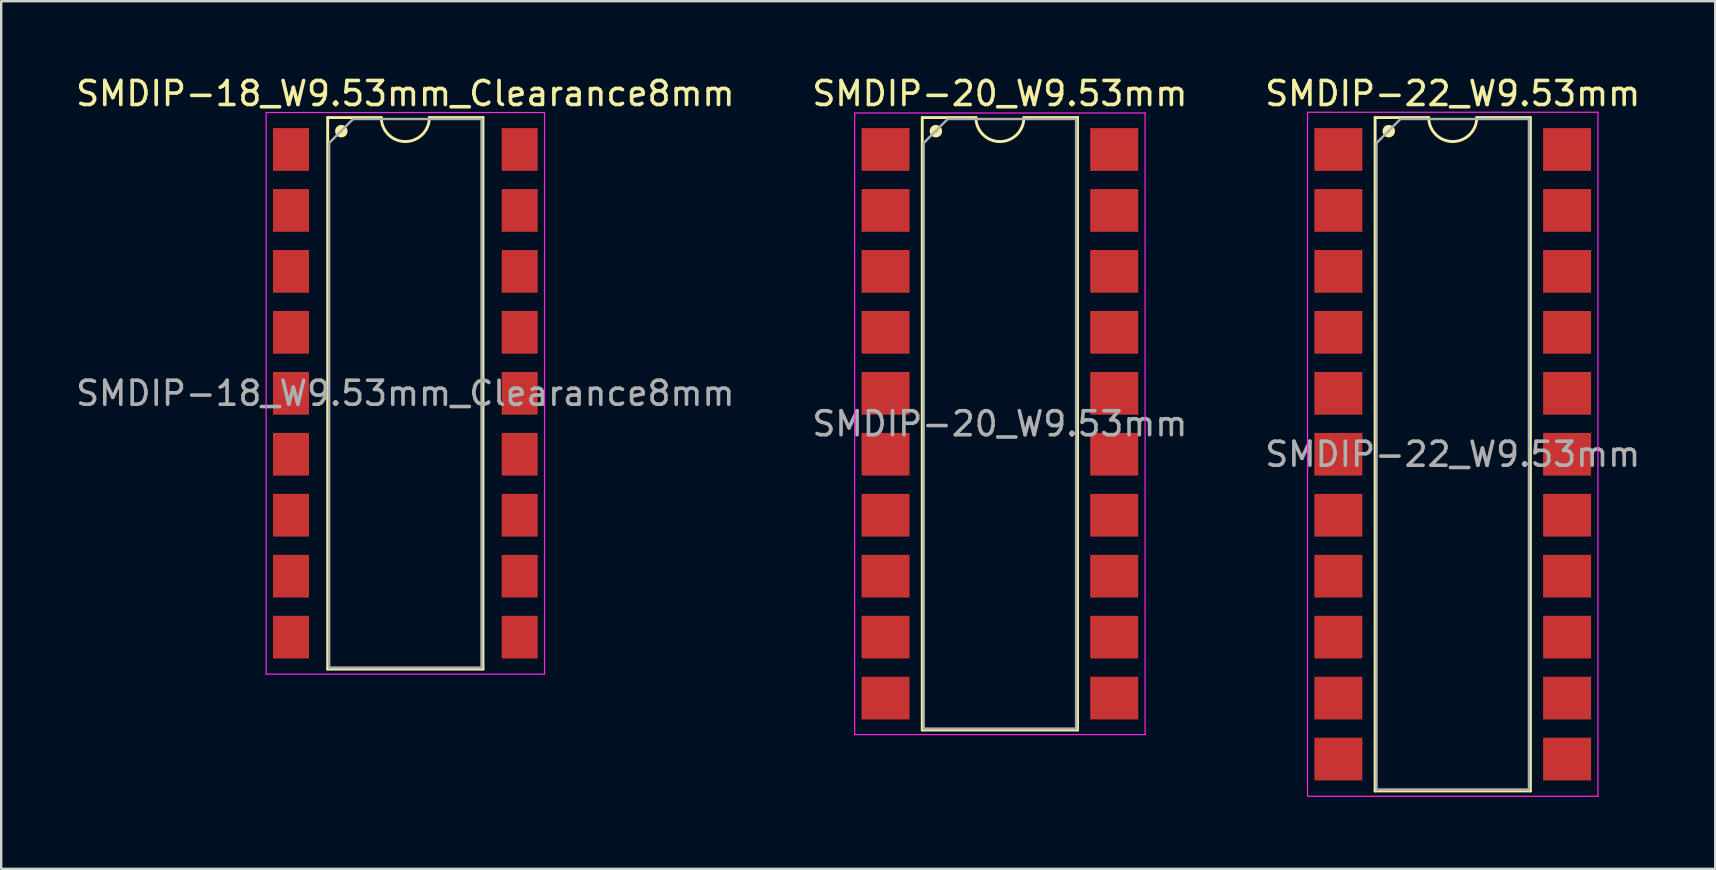
<source format=kicad_pcb>
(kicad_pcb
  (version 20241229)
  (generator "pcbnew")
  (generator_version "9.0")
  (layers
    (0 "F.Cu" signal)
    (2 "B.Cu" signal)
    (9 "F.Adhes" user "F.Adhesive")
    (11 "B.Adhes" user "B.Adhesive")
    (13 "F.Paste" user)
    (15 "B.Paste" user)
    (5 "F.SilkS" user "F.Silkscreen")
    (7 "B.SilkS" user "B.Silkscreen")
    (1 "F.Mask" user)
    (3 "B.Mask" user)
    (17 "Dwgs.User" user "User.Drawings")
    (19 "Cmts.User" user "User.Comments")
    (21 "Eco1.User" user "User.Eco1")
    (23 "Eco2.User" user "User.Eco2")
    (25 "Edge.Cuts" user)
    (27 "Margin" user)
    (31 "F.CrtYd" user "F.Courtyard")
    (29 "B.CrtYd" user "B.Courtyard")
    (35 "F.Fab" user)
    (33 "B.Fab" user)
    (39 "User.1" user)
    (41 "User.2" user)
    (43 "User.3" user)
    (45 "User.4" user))
  (footprint "SMDIP-18_W9.53mm_Clearance8mm"
    (layer "F.Cu")
    (at 13.839 13.338)
    (property "Reference" "SMDIP-18_W9.53mm_Clearance8mm" (at 0 -12.49 0) (layer "F.SilkS") (effects (font (size 1 1) (thickness 0.15))))
    (attr smd)
    (fp_line (start -3.235 -11.49) (end -3.235 11.49) (stroke (width 0.12) (type solid)) (layer "F.SilkS"))
    (fp_line (start -3.235 11.49) (end 3.235 11.49) (stroke (width 0.12) (type solid)) (layer "F.SilkS"))
    (fp_line (start -1 -11.49) (end -3.235 -11.49) (stroke (width 0.12) (type solid)) (layer "F.SilkS"))
    (fp_line (start 3.235 -11.49) (end 1 -11.49) (stroke (width 0.12) (type solid)) (layer "F.SilkS"))
    (fp_line (start 3.235 11.49) (end 3.235 -11.49) (stroke (width 0.12) (type solid)) (layer "F.SilkS"))
    (fp_arc (start 1 -11.49) (mid 0 -10.49) (end -1 -11.49) (stroke (width 0.12) (type solid)) (layer "F.SilkS"))
    (fp_circle (center -2.667 -10.922) (end -2.617 -10.922) (stroke (width 0.12) (type solid)) (fill no) (layer "F.SilkS"))
    (fp_circle (center -2.667 -10.922) (end -2.542 -10.922) (stroke (width 0.12) (type solid)) (fill no) (layer "F.SilkS"))
    (fp_circle (center -2.667 -10.922) (end -2.467 -10.922) (stroke (width 0.12) (type solid)) (fill no) (layer "F.SilkS"))
    (fp_line (start -5.8 -11.7) (end -5.8 11.7) (stroke (width 0.05) (type solid)) (layer "F.CrtYd"))
    (fp_line (start -5.8 11.7) (end 5.8 11.7) (stroke (width 0.05) (type solid)) (layer "F.CrtYd"))
    (fp_line (start 5.8 -11.7) (end -5.8 -11.7) (stroke (width 0.05) (type solid)) (layer "F.CrtYd"))
    (fp_line (start 5.8 11.7) (end 5.8 -11.7) (stroke (width 0.05) (type solid)) (layer "F.CrtYd"))
    (fp_line (start -3.175 -10.43) (end -2.175 -11.43) (stroke (width 0.1) (type solid)) (layer "F.Fab"))
    (fp_line (start -3.175 11.43) (end -3.175 -10.43) (stroke (width 0.1) (type solid)) (layer "F.Fab"))
    (fp_line (start -2.175 -11.43) (end 3.175 -11.43) (stroke (width 0.1) (type solid)) (layer "F.Fab"))
    (fp_line (start 3.175 -11.43) (end 3.175 11.43) (stroke (width 0.1) (type solid)) (layer "F.Fab"))
    (fp_line (start 3.175 11.43) (end -3.175 11.43) (stroke (width 0.1) (type solid)) (layer "F.Fab"))
    (fp_text user "${REFERENCE}" (at 0 0 0) (layer "F.Fab") (effects (font (size 1 1) (thickness 0.15))))
    (pad "1" smd rect (at -4.765 -10.16) (size 1.5 1.78) (layers "F.Cu" "F.Mask" "F.Paste"))
    (pad "2" smd rect (at -4.765 -7.62) (size 1.5 1.78) (layers "F.Cu" "F.Mask" "F.Paste"))
    (pad "3" smd rect (at -4.765 -5.08) (size 1.5 1.78) (layers "F.Cu" "F.Mask" "F.Paste"))
    (pad "4" smd rect (at -4.765 -2.54) (size 1.5 1.78) (layers "F.Cu" "F.Mask" "F.Paste"))
    (pad "5" smd rect (at -4.765 0) (size 1.5 1.78) (layers "F.Cu" "F.Mask" "F.Paste"))
    (pad "6" smd rect (at -4.765 2.54) (size 1.5 1.78) (layers "F.Cu" "F.Mask" "F.Paste"))
    (pad "7" smd rect (at -4.765 5.08) (size 1.5 1.78) (layers "F.Cu" "F.Mask" "F.Paste"))
    (pad "8" smd rect (at -4.765 7.62) (size 1.5 1.78) (layers "F.Cu" "F.Mask" "F.Paste"))
    (pad "9" smd rect (at -4.765 10.16) (size 1.5 1.78) (layers "F.Cu" "F.Mask" "F.Paste"))
    (pad "10" smd rect (at 4.765 10.16) (size 1.5 1.78) (layers "F.Cu" "F.Mask" "F.Paste"))
    (pad "11" smd rect (at 4.765 7.62) (size 1.5 1.78) (layers "F.Cu" "F.Mask" "F.Paste"))
    (pad "12" smd rect (at 4.765 5.08) (size 1.5 1.78) (layers "F.Cu" "F.Mask" "F.Paste"))
    (pad "13" smd rect (at 4.765 2.54) (size 1.5 1.78) (layers "F.Cu" "F.Mask" "F.Paste"))
    (pad "14" smd rect (at 4.765 0) (size 1.5 1.78) (layers "F.Cu" "F.Mask" "F.Paste"))
    (pad "15" smd rect (at 4.765 -2.54) (size 1.5 1.78) (layers "F.Cu" "F.Mask" "F.Paste"))
    (pad "16" smd rect (at 4.765 -5.08) (size 1.5 1.78) (layers "F.Cu" "F.Mask" "F.Paste"))
    (pad "17" smd rect (at 4.765 -7.62) (size 1.5 1.78) (layers "F.Cu" "F.Mask" "F.Paste"))
    (pad "18" smd rect (at 4.765 -10.16) (size 1.5 1.78) (layers "F.Cu" "F.Mask" "F.Paste")))
  (footprint "SMDIP-20_W9.53mm"
    (layer "F.Cu")
    (at 38.613 14.608)
    (property "Reference" "SMDIP-20_W9.53mm" (at 0 -13.76 0) (layer "F.SilkS") (effects (font (size 1 1) (thickness 0.15))))
    (attr smd)
    (fp_line (start -3.235 -12.76) (end -3.235 12.76) (stroke (width 0.12) (type solid)) (layer "F.SilkS"))
    (fp_line (start -3.235 12.76) (end 3.235 12.76) (stroke (width 0.12) (type solid)) (layer "F.SilkS"))
    (fp_line (start -1 -12.76) (end -3.235 -12.76) (stroke (width 0.12) (type solid)) (layer "F.SilkS"))
    (fp_line (start 3.235 -12.76) (end 1 -12.76) (stroke (width 0.12) (type solid)) (layer "F.SilkS"))
    (fp_line (start 3.235 12.76) (end 3.235 -12.76) (stroke (width 0.12) (type solid)) (layer "F.SilkS"))
    (fp_arc (start 1 -12.76) (mid 0 -11.76) (end -1 -12.76) (stroke (width 0.12) (type solid)) (layer "F.SilkS"))
    (fp_circle (center -2.667 -12.192) (end -2.617 -12.192) (stroke (width 0.12) (type solid)) (fill no) (layer "F.SilkS"))
    (fp_circle (center -2.667 -12.192) (end -2.542 -12.192) (stroke (width 0.12) (type solid)) (fill no) (layer "F.SilkS"))
    (fp_circle (center -2.667 -12.192) (end -2.467 -12.192) (stroke (width 0.12) (type solid)) (fill no) (layer "F.SilkS"))
    (fp_line (start -6.05 -12.95) (end -6.05 12.95) (stroke (width 0.05) (type solid)) (layer "F.CrtYd"))
    (fp_line (start -6.05 12.95) (end 6.05 12.95) (stroke (width 0.05) (type solid)) (layer "F.CrtYd"))
    (fp_line (start 6.05 -12.95) (end -6.05 -12.95) (stroke (width 0.05) (type solid)) (layer "F.CrtYd"))
    (fp_line (start 6.05 12.95) (end 6.05 -12.95) (stroke (width 0.05) (type solid)) (layer "F.CrtYd"))
    (fp_line (start -3.175 -11.7) (end -2.175 -12.7) (stroke (width 0.1) (type solid)) (layer "F.Fab"))
    (fp_line (start -3.175 12.7) (end -3.175 -11.7) (stroke (width 0.1) (type solid)) (layer "F.Fab"))
    (fp_line (start -2.175 -12.7) (end 3.175 -12.7) (stroke (width 0.1) (type solid)) (layer "F.Fab"))
    (fp_line (start 3.175 -12.7) (end 3.175 12.7) (stroke (width 0.1) (type solid)) (layer "F.Fab"))
    (fp_line (start 3.175 12.7) (end -3.175 12.7) (stroke (width 0.1) (type solid)) (layer "F.Fab"))
    (fp_text user "${REFERENCE}" (at 0 0 0) (layer "F.Fab") (effects (font (size 1 1) (thickness 0.15))))
    (pad "1" smd rect (at -4.765 -11.43) (size 2 1.78) (layers "F.Cu" "F.Mask" "F.Paste"))
    (pad "2" smd rect (at -4.765 -8.89) (size 2 1.78) (layers "F.Cu" "F.Mask" "F.Paste"))
    (pad "3" smd rect (at -4.765 -6.35) (size 2 1.78) (layers "F.Cu" "F.Mask" "F.Paste"))
    (pad "4" smd rect (at -4.765 -3.81) (size 2 1.78) (layers "F.Cu" "F.Mask" "F.Paste"))
    (pad "5" smd rect (at -4.765 -1.27) (size 2 1.78) (layers "F.Cu" "F.Mask" "F.Paste"))
    (pad "6" smd rect (at -4.765 1.27) (size 2 1.78) (layers "F.Cu" "F.Mask" "F.Paste"))
    (pad "7" smd rect (at -4.765 3.81) (size 2 1.78) (layers "F.Cu" "F.Mask" "F.Paste"))
    (pad "8" smd rect (at -4.765 6.35) (size 2 1.78) (layers "F.Cu" "F.Mask" "F.Paste"))
    (pad "9" smd rect (at -4.765 8.89) (size 2 1.78) (layers "F.Cu" "F.Mask" "F.Paste"))
    (pad "10" smd rect (at -4.765 11.43) (size 2 1.78) (layers "F.Cu" "F.Mask" "F.Paste"))
    (pad "11" smd rect (at 4.765 11.43) (size 2 1.78) (layers "F.Cu" "F.Mask" "F.Paste"))
    (pad "12" smd rect (at 4.765 8.89) (size 2 1.78) (layers "F.Cu" "F.Mask" "F.Paste"))
    (pad "13" smd rect (at 4.765 6.35) (size 2 1.78) (layers "F.Cu" "F.Mask" "F.Paste"))
    (pad "14" smd rect (at 4.765 3.81) (size 2 1.78) (layers "F.Cu" "F.Mask" "F.Paste"))
    (pad "15" smd rect (at 4.765 1.27) (size 2 1.78) (layers "F.Cu" "F.Mask" "F.Paste"))
    (pad "16" smd rect (at 4.765 -1.27) (size 2 1.78) (layers "F.Cu" "F.Mask" "F.Paste"))
    (pad "17" smd rect (at 4.765 -3.81) (size 2 1.78) (layers "F.Cu" "F.Mask" "F.Paste"))
    (pad "18" smd rect (at 4.765 -6.35) (size 2 1.78) (layers "F.Cu" "F.Mask" "F.Paste"))
    (pad "19" smd rect (at 4.765 -8.89) (size 2 1.78) (layers "F.Cu" "F.Mask" "F.Paste"))
    (pad "20" smd rect (at 4.765 -11.43) (size 2 1.78) (layers "F.Cu" "F.Mask" "F.Paste")))
  (footprint "SMDIP-22_W9.53mm"
    (layer "F.Cu")
    (at 57.482 15.878)
    (property "Reference" "SMDIP-22_W9.53mm" (at 0 -15.03 0) (layer "F.SilkS") (effects (font (size 1 1) (thickness 0.15))))
    (attr smd)
    (fp_line (start -3.235 -14.03) (end -3.235 14.03) (stroke (width 0.12) (type solid)) (layer "F.SilkS"))
    (fp_line (start -3.235 14.03) (end 3.235 14.03) (stroke (width 0.12) (type solid)) (layer "F.SilkS"))
    (fp_line (start -1 -14.03) (end -3.235 -14.03) (stroke (width 0.12) (type solid)) (layer "F.SilkS"))
    (fp_line (start 3.235 -14.03) (end 1 -14.03) (stroke (width 0.12) (type solid)) (layer "F.SilkS"))
    (fp_line (start 3.235 14.03) (end 3.235 -14.03) (stroke (width 0.12) (type solid)) (layer "F.SilkS"))
    (fp_arc (start 1 -14.03) (mid 0 -13.03) (end -1 -14.03) (stroke (width 0.12) (type solid)) (layer "F.SilkS"))
    (fp_circle (center -2.667 -13.462) (end -2.617 -13.462) (stroke (width 0.12) (type solid)) (fill no) (layer "F.SilkS"))
    (fp_circle (center -2.667 -13.462) (end -2.542 -13.462) (stroke (width 0.12) (type solid)) (fill no) (layer "F.SilkS"))
    (fp_circle (center -2.667 -13.462) (end -2.467 -13.462) (stroke (width 0.12) (type solid)) (fill no) (layer "F.SilkS"))
    (fp_line (start -6.05 -14.25) (end -6.05 14.25) (stroke (width 0.05) (type solid)) (layer "F.CrtYd"))
    (fp_line (start -6.05 14.25) (end 6.05 14.25) (stroke (width 0.05) (type solid)) (layer "F.CrtYd"))
    (fp_line (start 6.05 -14.25) (end -6.05 -14.25) (stroke (width 0.05) (type solid)) (layer "F.CrtYd"))
    (fp_line (start 6.05 14.25) (end 6.05 -14.25) (stroke (width 0.05) (type solid)) (layer "F.CrtYd"))
    (fp_line (start -3.175 -12.97) (end -2.175 -13.97) (stroke (width 0.1) (type solid)) (layer "F.Fab"))
    (fp_line (start -3.175 13.97) (end -3.175 -12.97) (stroke (width 0.1) (type solid)) (layer "F.Fab"))
    (fp_line (start -2.175 -13.97) (end 3.175 -13.97) (stroke (width 0.1) (type solid)) (layer "F.Fab"))
    (fp_line (start 3.175 -13.97) (end 3.175 13.97) (stroke (width 0.1) (type solid)) (layer "F.Fab"))
    (fp_line (start 3.175 13.97) (end -3.175 13.97) (stroke (width 0.1) (type solid)) (layer "F.Fab"))
    (fp_text user "${REFERENCE}" (at 0 0 0) (layer "F.Fab") (effects (font (size 1 1) (thickness 0.15))))
    (pad "1" smd rect (at -4.765 -12.7) (size 2 1.78) (layers "F.Cu" "F.Mask" "F.Paste"))
    (pad "2" smd rect (at -4.765 -10.16) (size 2 1.78) (layers "F.Cu" "F.Mask" "F.Paste"))
    (pad "3" smd rect (at -4.765 -7.62) (size 2 1.78) (layers "F.Cu" "F.Mask" "F.Paste"))
    (pad "4" smd rect (at -4.765 -5.08) (size 2 1.78) (layers "F.Cu" "F.Mask" "F.Paste"))
    (pad "5" smd rect (at -4.765 -2.54) (size 2 1.78) (layers "F.Cu" "F.Mask" "F.Paste"))
    (pad "6" smd rect (at -4.765 0) (size 2 1.78) (layers "F.Cu" "F.Mask" "F.Paste"))
    (pad "7" smd rect (at -4.765 2.54) (size 2 1.78) (layers "F.Cu" "F.Mask" "F.Paste"))
    (pad "8" smd rect (at -4.765 5.08) (size 2 1.78) (layers "F.Cu" "F.Mask" "F.Paste"))
    (pad "9" smd rect (at -4.765 7.62) (size 2 1.78) (layers "F.Cu" "F.Mask" "F.Paste"))
    (pad "10" smd rect (at -4.765 10.16) (size 2 1.78) (layers "F.Cu" "F.Mask" "F.Paste"))
    (pad "11" smd rect (at -4.765 12.7) (size 2 1.78) (layers "F.Cu" "F.Mask" "F.Paste"))
    (pad "12" smd rect (at 4.765 12.7) (size 2 1.78) (layers "F.Cu" "F.Mask" "F.Paste"))
    (pad "13" smd rect (at 4.765 10.16) (size 2 1.78) (layers "F.Cu" "F.Mask" "F.Paste"))
    (pad "14" smd rect (at 4.765 7.62) (size 2 1.78) (layers "F.Cu" "F.Mask" "F.Paste"))
    (pad "15" smd rect (at 4.765 5.08) (size 2 1.78) (layers "F.Cu" "F.Mask" "F.Paste"))
    (pad "16" smd rect (at 4.765 2.54) (size 2 1.78) (layers "F.Cu" "F.Mask" "F.Paste"))
    (pad "17" smd rect (at 4.765 0) (size 2 1.78) (layers "F.Cu" "F.Mask" "F.Paste"))
    (pad "18" smd rect (at 4.765 -2.54) (size 2 1.78) (layers "F.Cu" "F.Mask" "F.Paste"))
    (pad "19" smd rect (at 4.765 -5.08) (size 2 1.78) (layers "F.Cu" "F.Mask" "F.Paste"))
    (pad "20" smd rect (at 4.765 -7.62) (size 2 1.78) (layers "F.Cu" "F.Mask" "F.Paste"))
    (pad "21" smd rect (at 4.765 -10.16) (size 2 1.78) (layers "F.Cu" "F.Mask" "F.Paste"))
    (pad "22" smd rect (at 4.765 -12.7) (size 2 1.78) (layers "F.Cu" "F.Mask" "F.Paste")))
  (gr_rect
    (start -3 -3)
    (end 68.417 33.153)
    (stroke (width 0.1) (type default))
    (fill no)
    (layer "Edge.Cuts")))
</source>
